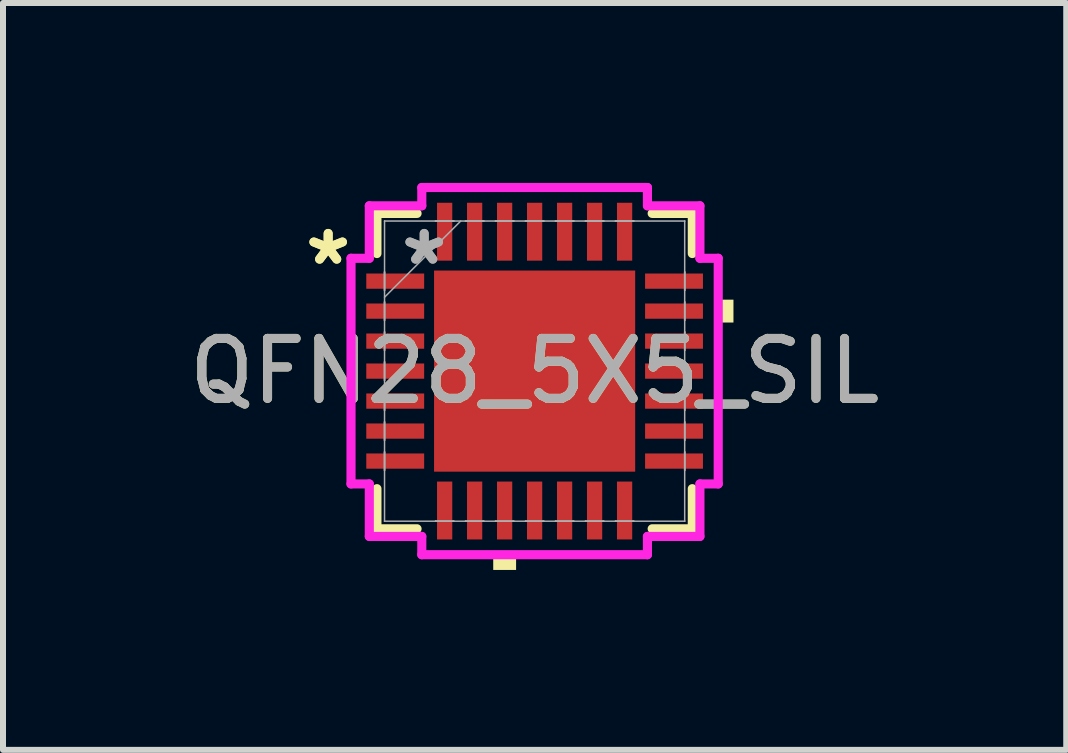
<source format=kicad_pcb>
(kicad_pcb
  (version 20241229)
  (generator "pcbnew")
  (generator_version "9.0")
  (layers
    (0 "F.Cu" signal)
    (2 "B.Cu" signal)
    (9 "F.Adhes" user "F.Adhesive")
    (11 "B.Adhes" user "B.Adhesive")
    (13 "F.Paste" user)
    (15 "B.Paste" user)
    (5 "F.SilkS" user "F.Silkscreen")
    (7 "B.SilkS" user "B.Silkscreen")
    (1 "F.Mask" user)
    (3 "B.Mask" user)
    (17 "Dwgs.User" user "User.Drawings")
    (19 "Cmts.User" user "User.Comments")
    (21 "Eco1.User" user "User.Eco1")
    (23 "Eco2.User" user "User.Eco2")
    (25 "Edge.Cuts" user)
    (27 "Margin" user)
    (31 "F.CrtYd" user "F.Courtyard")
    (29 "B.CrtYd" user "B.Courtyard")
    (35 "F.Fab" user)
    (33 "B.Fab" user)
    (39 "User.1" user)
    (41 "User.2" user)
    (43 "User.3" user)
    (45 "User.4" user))
  (footprint "QFN28_5X5_SIL"
    (layer "F.Cu")
    (at 5.863 3.137)
    (property "Reference" "QFN28_5X5_SIL" (at 0 0 0) (unlocked yes) (layer "F.SilkS") (effects (font (size 1 1) (thickness 0.15))))
    (attr smd)
    (fp_line (start -2.629 -2.629) (end -2.629 -1.96) (stroke (width 0.152) (type solid)) (layer "F.SilkS"))
    (fp_line (start -2.629 1.96) (end -2.629 2.629) (stroke (width 0.152) (type solid)) (layer "F.SilkS"))
    (fp_line (start -2.629 2.629) (end -1.96 2.629) (stroke (width 0.152) (type solid)) (layer "F.SilkS"))
    (fp_line (start -1.96 -2.629) (end -2.629 -2.629) (stroke (width 0.152) (type solid)) (layer "F.SilkS"))
    (fp_line (start 1.96 2.629) (end 2.629 2.629) (stroke (width 0.152) (type solid)) (layer "F.SilkS"))
    (fp_line (start 2.629 -2.629) (end 1.96 -2.629) (stroke (width 0.152) (type solid)) (layer "F.SilkS"))
    (fp_line (start 2.629 -1.96) (end 2.629 -2.629) (stroke (width 0.152) (type solid)) (layer "F.SilkS"))
    (fp_line (start 2.629 2.629) (end 2.629 1.96) (stroke (width 0.152) (type solid)) (layer "F.SilkS"))
    (fp_poly (pts (xy -0.69 3.061) (xy -0.69 3.315) (xy -0.309 3.315) (xy -0.309 3.061)) (stroke (width 0) (type solid)) (fill yes) (layer "F.SilkS"))
    (fp_poly (pts (xy 3.315 -1.191) (xy 3.315 -0.81) (xy 3.061 -0.81) (xy 3.061 -1.191)) (stroke (width 0) (type solid)) (fill yes) (layer "F.SilkS"))
    (fp_poly (pts (xy -1.576 -1.576) (xy -1.576 -0.1) (xy -0.1 -0.1) (xy -0.1 -1.576)) (stroke (width 0) (type solid)) (fill yes) (layer "F.Paste"))
    (fp_poly (pts (xy -1.576 0.1) (xy -1.576 1.576) (xy -0.1 1.576) (xy -0.1 0.1)) (stroke (width 0) (type solid)) (fill yes) (layer "F.Paste"))
    (fp_poly (pts (xy 0.1 -1.576) (xy 0.1 -0.1) (xy 1.576 -0.1) (xy 1.576 -1.576)) (stroke (width 0) (type solid)) (fill yes) (layer "F.Paste"))
    (fp_poly (pts (xy 0.1 0.1) (xy 0.1 1.576) (xy 1.576 1.576) (xy 1.576 0.1)) (stroke (width 0) (type solid)) (fill yes) (layer "F.Paste"))
    (fp_line (start -3.061 -1.881) (end -2.756 -1.881) (stroke (width 0.152) (type solid)) (layer "F.CrtYd"))
    (fp_line (start -3.061 1.881) (end -3.061 -1.881) (stroke (width 0.152) (type solid)) (layer "F.CrtYd"))
    (fp_line (start -2.756 -2.756) (end -1.881 -2.756) (stroke (width 0.152) (type solid)) (layer "F.CrtYd"))
    (fp_line (start -2.756 -1.881) (end -2.756 -2.756) (stroke (width 0.152) (type solid)) (layer "F.CrtYd"))
    (fp_line (start -2.756 1.881) (end -3.061 1.881) (stroke (width 0.152) (type solid)) (layer "F.CrtYd"))
    (fp_line (start -2.756 2.756) (end -2.756 1.881) (stroke (width 0.152) (type solid)) (layer "F.CrtYd"))
    (fp_line (start -1.881 -3.061) (end 1.881 -3.061) (stroke (width 0.152) (type solid)) (layer "F.CrtYd"))
    (fp_line (start -1.881 -2.756) (end -1.881 -3.061) (stroke (width 0.152) (type solid)) (layer "F.CrtYd"))
    (fp_line (start -1.881 2.756) (end -2.756 2.756) (stroke (width 0.152) (type solid)) (layer "F.CrtYd"))
    (fp_line (start -1.881 3.061) (end -1.881 2.756) (stroke (width 0.152) (type solid)) (layer "F.CrtYd"))
    (fp_line (start 1.881 -3.061) (end 1.881 -2.756) (stroke (width 0.152) (type solid)) (layer "F.CrtYd"))
    (fp_line (start 1.881 -2.756) (end 2.756 -2.756) (stroke (width 0.152) (type solid)) (layer "F.CrtYd"))
    (fp_line (start 1.881 2.756) (end 1.881 3.061) (stroke (width 0.152) (type solid)) (layer "F.CrtYd"))
    (fp_line (start 1.881 3.061) (end -1.881 3.061) (stroke (width 0.152) (type solid)) (layer "F.CrtYd"))
    (fp_line (start 2.756 -2.756) (end 2.756 -1.881) (stroke (width 0.152) (type solid)) (layer "F.CrtYd"))
    (fp_line (start 2.756 -1.881) (end 3.061 -1.881) (stroke (width 0.152) (type solid)) (layer "F.CrtYd"))
    (fp_line (start 2.756 1.881) (end 2.756 2.756) (stroke (width 0.152) (type solid)) (layer "F.CrtYd"))
    (fp_line (start 2.756 2.756) (end 1.881 2.756) (stroke (width 0.152) (type solid)) (layer "F.CrtYd"))
    (fp_line (start 3.061 -1.881) (end 3.061 1.881) (stroke (width 0.152) (type solid)) (layer "F.CrtYd"))
    (fp_line (start 3.061 1.881) (end 2.756 1.881) (stroke (width 0.152) (type solid)) (layer "F.CrtYd"))
    (fp_line (start -2.502 -2.502) (end -2.502 -2.502) (stroke (width 0.025) (type solid)) (layer "F.Fab"))
    (fp_line (start -2.502 -2.502) (end -2.502 2.502) (stroke (width 0.025) (type solid)) (layer "F.Fab"))
    (fp_line (start -2.502 -1.652) (end -2.502 -1.652) (stroke (width 0.025) (type solid)) (layer "F.Fab"))
    (fp_line (start -2.502 -1.652) (end -2.502 -1.348) (stroke (width 0.025) (type solid)) (layer "F.Fab"))
    (fp_line (start -2.502 -1.348) (end -2.502 -1.652) (stroke (width 0.025) (type solid)) (layer "F.Fab"))
    (fp_line (start -2.502 -1.348) (end -2.502 -1.348) (stroke (width 0.025) (type solid)) (layer "F.Fab"))
    (fp_line (start -2.502 -1.232) (end -1.232 -2.502) (stroke (width 0.025) (type solid)) (layer "F.Fab"))
    (fp_line (start -2.502 -1.152) (end -2.502 -1.152) (stroke (width 0.025) (type solid)) (layer "F.Fab"))
    (fp_line (start -2.502 -1.152) (end -2.502 -0.848) (stroke (width 0.025) (type solid)) (layer "F.Fab"))
    (fp_line (start -2.502 -0.848) (end -2.502 -1.152) (stroke (width 0.025) (type solid)) (layer "F.Fab"))
    (fp_line (start -2.502 -0.848) (end -2.502 -0.848) (stroke (width 0.025) (type solid)) (layer "F.Fab"))
    (fp_line (start -2.502 -0.652) (end -2.502 -0.652) (stroke (width 0.025) (type solid)) (layer "F.Fab"))
    (fp_line (start -2.502 -0.652) (end -2.502 -0.348) (stroke (width 0.025) (type solid)) (layer "F.Fab"))
    (fp_line (start -2.502 -0.348) (end -2.502 -0.652) (stroke (width 0.025) (type solid)) (layer "F.Fab"))
    (fp_line (start -2.502 -0.348) (end -2.502 -0.348) (stroke (width 0.025) (type solid)) (layer "F.Fab"))
    (fp_line (start -2.502 -0.152) (end -2.502 -0.152) (stroke (width 0.025) (type solid)) (layer "F.Fab"))
    (fp_line (start -2.502 -0.152) (end -2.502 0.152) (stroke (width 0.025) (type solid)) (layer "F.Fab"))
    (fp_line (start -2.502 0.152) (end -2.502 -0.152) (stroke (width 0.025) (type solid)) (layer "F.Fab"))
    (fp_line (start -2.502 0.152) (end -2.502 0.152) (stroke (width 0.025) (type solid)) (layer "F.Fab"))
    (fp_line (start -2.502 0.348) (end -2.502 0.348) (stroke (width 0.025) (type solid)) (layer "F.Fab"))
    (fp_line (start -2.502 0.348) (end -2.502 0.652) (stroke (width 0.025) (type solid)) (layer "F.Fab"))
    (fp_line (start -2.502 0.652) (end -2.502 0.348) (stroke (width 0.025) (type solid)) (layer "F.Fab"))
    (fp_line (start -2.502 0.652) (end -2.502 0.652) (stroke (width 0.025) (type solid)) (layer "F.Fab"))
    (fp_line (start -2.502 0.848) (end -2.502 0.848) (stroke (width 0.025) (type solid)) (layer "F.Fab"))
    (fp_line (start -2.502 0.848) (end -2.502 1.152) (stroke (width 0.025) (type solid)) (layer "F.Fab"))
    (fp_line (start -2.502 1.152) (end -2.502 0.848) (stroke (width 0.025) (type solid)) (layer "F.Fab"))
    (fp_line (start -2.502 1.152) (end -2.502 1.152) (stroke (width 0.025) (type solid)) (layer "F.Fab"))
    (fp_line (start -2.502 1.348) (end -2.502 1.348) (stroke (width 0.025) (type solid)) (layer "F.Fab"))
    (fp_line (start -2.502 1.348) (end -2.502 1.652) (stroke (width 0.025) (type solid)) (layer "F.Fab"))
    (fp_line (start -2.502 1.652) (end -2.502 1.348) (stroke (width 0.025) (type solid)) (layer "F.Fab"))
    (fp_line (start -2.502 1.652) (end -2.502 1.652) (stroke (width 0.025) (type solid)) (layer "F.Fab"))
    (fp_line (start -2.502 2.502) (end -2.502 2.502) (stroke (width 0.025) (type solid)) (layer "F.Fab"))
    (fp_line (start -2.502 2.502) (end 2.502 2.502) (stroke (width 0.025) (type solid)) (layer "F.Fab"))
    (fp_line (start -1.652 -2.502) (end -1.652 -2.502) (stroke (width 0.025) (type solid)) (layer "F.Fab"))
    (fp_line (start -1.652 -2.502) (end -1.348 -2.502) (stroke (width 0.025) (type solid)) (layer "F.Fab"))
    (fp_line (start -1.652 2.502) (end -1.652 2.502) (stroke (width 0.025) (type solid)) (layer "F.Fab"))
    (fp_line (start -1.652 2.502) (end -1.348 2.502) (stroke (width 0.025) (type solid)) (layer "F.Fab"))
    (fp_line (start -1.348 -2.502) (end -1.652 -2.502) (stroke (width 0.025) (type solid)) (layer "F.Fab"))
    (fp_line (start -1.348 -2.502) (end -1.348 -2.502) (stroke (width 0.025) (type solid)) (layer "F.Fab"))
    (fp_line (start -1.348 2.502) (end -1.652 2.502) (stroke (width 0.025) (type solid)) (layer "F.Fab"))
    (fp_line (start -1.348 2.502) (end -1.348 2.502) (stroke (width 0.025) (type solid)) (layer "F.Fab"))
    (fp_line (start -1.152 -2.502) (end -1.152 -2.502) (stroke (width 0.025) (type solid)) (layer "F.Fab"))
    (fp_line (start -1.152 -2.502) (end -0.848 -2.502) (stroke (width 0.025) (type solid)) (layer "F.Fab"))
    (fp_line (start -1.152 2.502) (end -1.152 2.502) (stroke (width 0.025) (type solid)) (layer "F.Fab"))
    (fp_line (start -1.152 2.502) (end -0.848 2.502) (stroke (width 0.025) (type solid)) (layer "F.Fab"))
    (fp_line (start -0.848 -2.502) (end -1.152 -2.502) (stroke (width 0.025) (type solid)) (layer "F.Fab"))
    (fp_line (start -0.848 -2.502) (end -0.848 -2.502) (stroke (width 0.025) (type solid)) (layer "F.Fab"))
    (fp_line (start -0.848 2.502) (end -1.152 2.502) (stroke (width 0.025) (type solid)) (layer "F.Fab"))
    (fp_line (start -0.848 2.502) (end -0.848 2.502) (stroke (width 0.025) (type solid)) (layer "F.Fab"))
    (fp_line (start -0.652 -2.502) (end -0.652 -2.502) (stroke (width 0.025) (type solid)) (layer "F.Fab"))
    (fp_line (start -0.652 -2.502) (end -0.348 -2.502) (stroke (width 0.025) (type solid)) (layer "F.Fab"))
    (fp_line (start -0.652 2.502) (end -0.652 2.502) (stroke (width 0.025) (type solid)) (layer "F.Fab"))
    (fp_line (start -0.652 2.502) (end -0.348 2.502) (stroke (width 0.025) (type solid)) (layer "F.Fab"))
    (fp_line (start -0.348 -2.502) (end -0.652 -2.502) (stroke (width 0.025) (type solid)) (layer "F.Fab"))
    (fp_line (start -0.348 -2.502) (end -0.348 -2.502) (stroke (width 0.025) (type solid)) (layer "F.Fab"))
    (fp_line (start -0.348 2.502) (end -0.652 2.502) (stroke (width 0.025) (type solid)) (layer "F.Fab"))
    (fp_line (start -0.348 2.502) (end -0.348 2.502) (stroke (width 0.025) (type solid)) (layer "F.Fab"))
    (fp_line (start -0.152 -2.502) (end -0.152 -2.502) (stroke (width 0.025) (type solid)) (layer "F.Fab"))
    (fp_line (start -0.152 -2.502) (end 0.152 -2.502) (stroke (width 0.025) (type solid)) (layer "F.Fab"))
    (fp_line (start -0.152 2.502) (end -0.152 2.502) (stroke (width 0.025) (type solid)) (layer "F.Fab"))
    (fp_line (start -0.152 2.502) (end 0.152 2.502) (stroke (width 0.025) (type solid)) (layer "F.Fab"))
    (fp_line (start 0.152 -2.502) (end -0.152 -2.502) (stroke (width 0.025) (type solid)) (layer "F.Fab"))
    (fp_line (start 0.152 -2.502) (end 0.152 -2.502) (stroke (width 0.025) (type solid)) (layer "F.Fab"))
    (fp_line (start 0.152 2.502) (end -0.152 2.502) (stroke (width 0.025) (type solid)) (layer "F.Fab"))
    (fp_line (start 0.152 2.502) (end 0.152 2.502) (stroke (width 0.025) (type solid)) (layer "F.Fab"))
    (fp_line (start 0.348 -2.502) (end 0.348 -2.502) (stroke (width 0.025) (type solid)) (layer "F.Fab"))
    (fp_line (start 0.348 -2.502) (end 0.652 -2.502) (stroke (width 0.025) (type solid)) (layer "F.Fab"))
    (fp_line (start 0.348 2.502) (end 0.348 2.502) (stroke (width 0.025) (type solid)) (layer "F.Fab"))
    (fp_line (start 0.348 2.502) (end 0.652 2.502) (stroke (width 0.025) (type solid)) (layer "F.Fab"))
    (fp_line (start 0.652 -2.502) (end 0.348 -2.502) (stroke (width 0.025) (type solid)) (layer "F.Fab"))
    (fp_line (start 0.652 -2.502) (end 0.652 -2.502) (stroke (width 0.025) (type solid)) (layer "F.Fab"))
    (fp_line (start 0.652 2.502) (end 0.348 2.502) (stroke (width 0.025) (type solid)) (layer "F.Fab"))
    (fp_line (start 0.652 2.502) (end 0.652 2.502) (stroke (width 0.025) (type solid)) (layer "F.Fab"))
    (fp_line (start 0.848 -2.502) (end 0.848 -2.502) (stroke (width 0.025) (type solid)) (layer "F.Fab"))
    (fp_line (start 0.848 -2.502) (end 1.152 -2.502) (stroke (width 0.025) (type solid)) (layer "F.Fab"))
    (fp_line (start 0.848 2.502) (end 0.848 2.502) (stroke (width 0.025) (type solid)) (layer "F.Fab"))
    (fp_line (start 0.848 2.502) (end 1.152 2.502) (stroke (width 0.025) (type solid)) (layer "F.Fab"))
    (fp_line (start 1.152 -2.502) (end 0.848 -2.502) (stroke (width 0.025) (type solid)) (layer "F.Fab"))
    (fp_line (start 1.152 -2.502) (end 1.152 -2.502) (stroke (width 0.025) (type solid)) (layer "F.Fab"))
    (fp_line (start 1.152 2.502) (end 0.848 2.502) (stroke (width 0.025) (type solid)) (layer "F.Fab"))
    (fp_line (start 1.152 2.502) (end 1.152 2.502) (stroke (width 0.025) (type solid)) (layer "F.Fab"))
    (fp_line (start 1.348 -2.502) (end 1.348 -2.502) (stroke (width 0.025) (type solid)) (layer "F.Fab"))
    (fp_line (start 1.348 -2.502) (end 1.652 -2.502) (stroke (width 0.025) (type solid)) (layer "F.Fab"))
    (fp_line (start 1.348 2.502) (end 1.348 2.502) (stroke (width 0.025) (type solid)) (layer "F.Fab"))
    (fp_line (start 1.348 2.502) (end 1.652 2.502) (stroke (width 0.025) (type solid)) (layer "F.Fab"))
    (fp_line (start 1.652 -2.502) (end 1.348 -2.502) (stroke (width 0.025) (type solid)) (layer "F.Fab"))
    (fp_line (start 1.652 -2.502) (end 1.652 -2.502) (stroke (width 0.025) (type solid)) (layer "F.Fab"))
    (fp_line (start 1.652 2.502) (end 1.348 2.502) (stroke (width 0.025) (type solid)) (layer "F.Fab"))
    (fp_line (start 1.652 2.502) (end 1.652 2.502) (stroke (width 0.025) (type solid)) (layer "F.Fab"))
    (fp_line (start 2.502 -2.502) (end -2.502 -2.502) (stroke (width 0.025) (type solid)) (layer "F.Fab"))
    (fp_line (start 2.502 -2.502) (end 2.502 -2.502) (stroke (width 0.025) (type solid)) (layer "F.Fab"))
    (fp_line (start 2.502 -1.652) (end 2.502 -1.652) (stroke (width 0.025) (type solid)) (layer "F.Fab"))
    (fp_line (start 2.502 -1.652) (end 2.502 -1.348) (stroke (width 0.025) (type solid)) (layer "F.Fab"))
    (fp_line (start 2.502 -1.348) (end 2.502 -1.652) (stroke (width 0.025) (type solid)) (layer "F.Fab"))
    (fp_line (start 2.502 -1.348) (end 2.502 -1.348) (stroke (width 0.025) (type solid)) (layer "F.Fab"))
    (fp_line (start 2.502 -1.152) (end 2.502 -1.152) (stroke (width 0.025) (type solid)) (layer "F.Fab"))
    (fp_line (start 2.502 -1.152) (end 2.502 -0.848) (stroke (width 0.025) (type solid)) (layer "F.Fab"))
    (fp_line (start 2.502 -0.848) (end 2.502 -1.152) (stroke (width 0.025) (type solid)) (layer "F.Fab"))
    (fp_line (start 2.502 -0.848) (end 2.502 -0.848) (stroke (width 0.025) (type solid)) (layer "F.Fab"))
    (fp_line (start 2.502 -0.652) (end 2.502 -0.652) (stroke (width 0.025) (type solid)) (layer "F.Fab"))
    (fp_line (start 2.502 -0.652) (end 2.502 -0.348) (stroke (width 0.025) (type solid)) (layer "F.Fab"))
    (fp_line (start 2.502 -0.348) (end 2.502 -0.652) (stroke (width 0.025) (type solid)) (layer "F.Fab"))
    (fp_line (start 2.502 -0.348) (end 2.502 -0.348) (stroke (width 0.025) (type solid)) (layer "F.Fab"))
    (fp_line (start 2.502 -0.152) (end 2.502 -0.152) (stroke (width 0.025) (type solid)) (layer "F.Fab"))
    (fp_line (start 2.502 -0.152) (end 2.502 0.152) (stroke (width 0.025) (type solid)) (layer "F.Fab"))
    (fp_line (start 2.502 0.152) (end 2.502 -0.152) (stroke (width 0.025) (type solid)) (layer "F.Fab"))
    (fp_line (start 2.502 0.152) (end 2.502 0.152) (stroke (width 0.025) (type solid)) (layer "F.Fab"))
    (fp_line (start 2.502 0.348) (end 2.502 0.348) (stroke (width 0.025) (type solid)) (layer "F.Fab"))
    (fp_line (start 2.502 0.348) (end 2.502 0.652) (stroke (width 0.025) (type solid)) (layer "F.Fab"))
    (fp_line (start 2.502 0.652) (end 2.502 0.348) (stroke (width 0.025) (type solid)) (layer "F.Fab"))
    (fp_line (start 2.502 0.652) (end 2.502 0.652) (stroke (width 0.025) (type solid)) (layer "F.Fab"))
    (fp_line (start 2.502 0.848) (end 2.502 0.848) (stroke (width 0.025) (type solid)) (layer "F.Fab"))
    (fp_line (start 2.502 0.848) (end 2.502 1.152) (stroke (width 0.025) (type solid)) (layer "F.Fab"))
    (fp_line (start 2.502 1.152) (end 2.502 0.848) (stroke (width 0.025) (type solid)) (layer "F.Fab"))
    (fp_line (start 2.502 1.152) (end 2.502 1.152) (stroke (width 0.025) (type solid)) (layer "F.Fab"))
    (fp_line (start 2.502 1.348) (end 2.502 1.348) (stroke (width 0.025) (type solid)) (layer "F.Fab"))
    (fp_line (start 2.502 1.348) (end 2.502 1.652) (stroke (width 0.025) (type solid)) (layer "F.Fab"))
    (fp_line (start 2.502 1.652) (end 2.502 1.348) (stroke (width 0.025) (type solid)) (layer "F.Fab"))
    (fp_line (start 2.502 1.652) (end 2.502 1.652) (stroke (width 0.025) (type solid)) (layer "F.Fab"))
    (fp_line (start 2.502 2.502) (end 2.502 -2.502) (stroke (width 0.025) (type solid)) (layer "F.Fab"))
    (fp_line (start 2.502 2.502) (end 2.502 2.502) (stroke (width 0.025) (type solid)) (layer "F.Fab"))
    (fp_text user "*" (at -3.442 -1.75 0) (layer "F.SilkS") (effects (font (size 1 1) (thickness 0.15))))
    (fp_text user "*" (at -3.442 -1.75 0) (unlocked yes) (layer "F.SilkS") (effects (font (size 1 1) (thickness 0.15))))
    (fp_text user "*" (at -1.841 -1.75 0) (unlocked yes) (layer "F.Fab") (effects (font (size 1 1) (thickness 0.15))))
    (fp_text user "${REFERENCE}" (at 0 0 0) (unlocked yes) (layer "F.Fab") (effects (font (size 1 1) (thickness 0.15))))
    (fp_text user "*" (at -1.841 -1.75 0) (layer "F.Fab") (effects (font (size 1 1) (thickness 0.15))))
    (pad "1" smd rect (at -2.324 -1.5 90) (size 0.254 0.965) (layers "F.Cu" "F.Mask" "F.Paste"))
    (pad "2" smd rect (at -2.324 -1 90) (size 0.254 0.965) (layers "F.Cu" "F.Mask" "F.Paste"))
    (pad "3" smd rect (at -2.324 -0.5 90) (size 0.254 0.965) (layers "F.Cu" "F.Mask" "F.Paste"))
    (pad "4" smd rect (at -2.324 0 90) (size 0.254 0.965) (layers "F.Cu" "F.Mask" "F.Paste"))
    (pad "5" smd rect (at -2.324 0.5 90) (size 0.254 0.965) (layers "F.Cu" "F.Mask" "F.Paste"))
    (pad "6" smd rect (at -2.324 1 90) (size 0.254 0.965) (layers "F.Cu" "F.Mask" "F.Paste"))
    (pad "7" smd rect (at -2.324 1.5 90) (size 0.254 0.965) (layers "F.Cu" "F.Mask" "F.Paste"))
    (pad "8" smd rect (at -1.5 2.324) (size 0.254 0.965) (layers "F.Cu" "F.Mask" "F.Paste"))
    (pad "9" smd rect (at -1 2.324) (size 0.254 0.965) (layers "F.Cu" "F.Mask" "F.Paste"))
    (pad "10" smd rect (at -0.5 2.324) (size 0.254 0.965) (layers "F.Cu" "F.Mask" "F.Paste"))
    (pad "11" smd rect (at 0 2.324) (size 0.254 0.965) (layers "F.Cu" "F.Mask" "F.Paste"))
    (pad "12" smd rect (at 0.5 2.324) (size 0.254 0.965) (layers "F.Cu" "F.Mask" "F.Paste"))
    (pad "13" smd rect (at 1 2.324) (size 0.254 0.965) (layers "F.Cu" "F.Mask" "F.Paste"))
    (pad "14" smd rect (at 1.5 2.324) (size 0.254 0.965) (layers "F.Cu" "F.Mask" "F.Paste"))
    (pad "15" smd rect (at 2.324 1.5 90) (size 0.254 0.965) (layers "F.Cu" "F.Mask" "F.Paste"))
    (pad "16" smd rect (at 2.324 1 90) (size 0.254 0.965) (layers "F.Cu" "F.Mask" "F.Paste"))
    (pad "17" smd rect (at 2.324 0.5 90) (size 0.254 0.965) (layers "F.Cu" "F.Mask" "F.Paste"))
    (pad "18" smd rect (at 2.324 0 90) (size 0.254 0.965) (layers "F.Cu" "F.Mask" "F.Paste"))
    (pad "19" smd rect (at 2.324 -0.5 90) (size 0.254 0.965) (layers "F.Cu" "F.Mask" "F.Paste"))
    (pad "20" smd rect (at 2.324 -1 90) (size 0.254 0.965) (layers "F.Cu" "F.Mask" "F.Paste"))
    (pad "21" smd rect (at 2.324 -1.5 90) (size 0.254 0.965) (layers "F.Cu" "F.Mask" "F.Paste"))
    (pad "22" smd rect (at 1.5 -2.324) (size 0.254 0.965) (layers "F.Cu" "F.Mask" "F.Paste"))
    (pad "23" smd rect (at 1 -2.324) (size 0.254 0.965) (layers "F.Cu" "F.Mask" "F.Paste"))
    (pad "24" smd rect (at 0.5 -2.324) (size 0.254 0.965) (layers "F.Cu" "F.Mask" "F.Paste"))
    (pad "25" smd rect (at 0 -2.324) (size 0.254 0.965) (layers "F.Cu" "F.Mask" "F.Paste"))
    (pad "26" smd rect (at -0.5 -2.324) (size 0.254 0.965) (layers "F.Cu" "F.Mask" "F.Paste"))
    (pad "27" smd rect (at -1 -2.324) (size 0.254 0.965) (layers "F.Cu" "F.Mask" "F.Paste"))
    (pad "28" smd rect (at -1.5 -2.324) (size 0.254 0.965) (layers "F.Cu" "F.Mask" "F.Paste"))
    (pad "29" smd rect (at 0 0) (size 3.353 3.353) (layers "F.Cu" "F.Mask")))
  (gr_rect
    (start -3 -3)
    (end 14.726 9.452)
    (stroke (width 0.1) (type default))
    (fill no)
    (layer "Edge.Cuts")))
</source>
